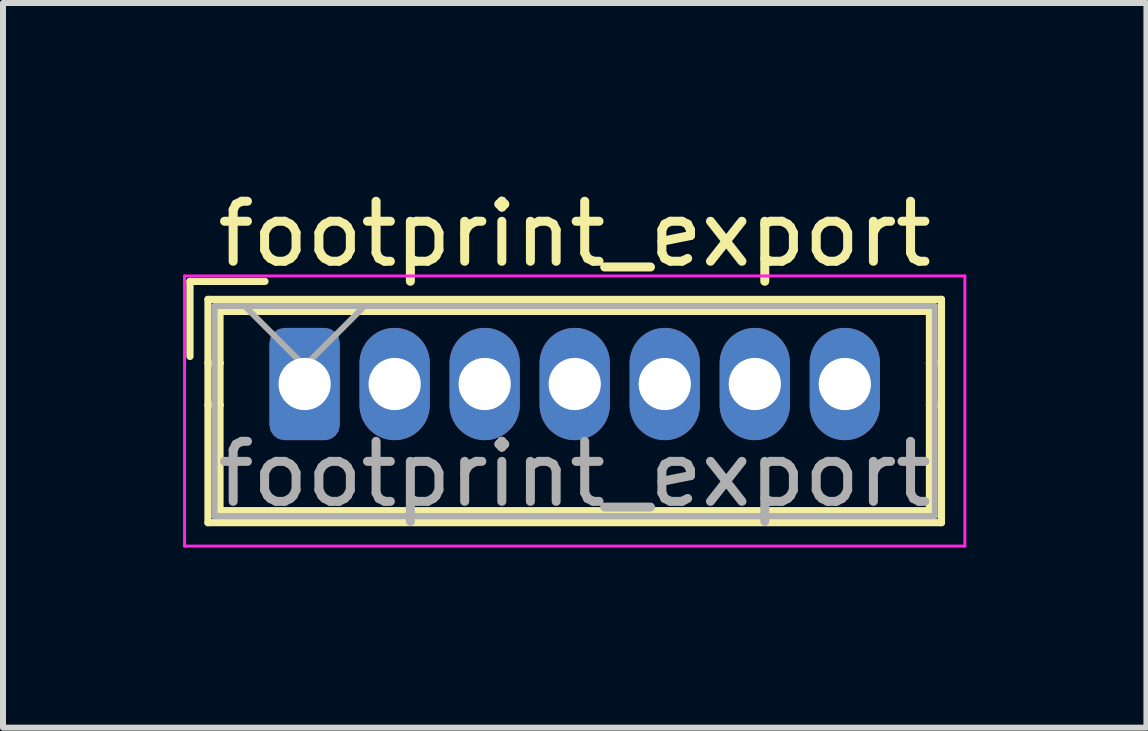
<source format=kicad_pcb>
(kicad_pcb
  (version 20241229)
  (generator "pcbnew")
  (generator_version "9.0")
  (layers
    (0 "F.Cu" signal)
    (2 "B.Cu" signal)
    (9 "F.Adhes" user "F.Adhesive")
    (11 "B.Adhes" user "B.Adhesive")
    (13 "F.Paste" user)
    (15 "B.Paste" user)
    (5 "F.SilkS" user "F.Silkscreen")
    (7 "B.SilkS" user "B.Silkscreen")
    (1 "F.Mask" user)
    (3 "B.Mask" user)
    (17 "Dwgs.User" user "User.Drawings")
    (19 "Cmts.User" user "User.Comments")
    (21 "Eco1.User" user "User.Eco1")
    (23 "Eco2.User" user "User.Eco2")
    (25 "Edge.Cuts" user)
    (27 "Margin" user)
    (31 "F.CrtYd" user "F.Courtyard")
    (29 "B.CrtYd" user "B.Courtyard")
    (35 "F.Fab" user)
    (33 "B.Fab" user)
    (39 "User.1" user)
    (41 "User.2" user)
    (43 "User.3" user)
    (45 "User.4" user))
  (footprint "footprint_export"
    (layer "F.Cu")
    (at 2.025 3.348)
    (property "Reference" "footprint_export" (at 4.5 -2.5 0) (layer "F.SilkS") (effects (font (size 1 1) (thickness 0.15))))
    (attr through_hole)
    (fp_line (start -1.91 -1.71) (end -1.91 -0.46) (stroke (width 0.12) (type solid)) (layer "F.SilkS"))
    (fp_line (start -1.61 -1.41) (end -1.61 2.31) (stroke (width 0.12) (type solid)) (layer "F.SilkS"))
    (fp_line (start -1.61 -0.35) (end -1.41 -0.35) (stroke (width 0.12) (type solid)) (layer "F.SilkS"))
    (fp_line (start -1.61 2.31) (end 10.61 2.31) (stroke (width 0.12) (type solid)) (layer "F.SilkS"))
    (fp_line (start -1.41 -1.21) (end 10.41 -1.21) (stroke (width 0.12) (type solid)) (layer "F.SilkS"))
    (fp_line (start -1.41 -0.35) (end -1.41 -1.21) (stroke (width 0.12) (type solid)) (layer "F.SilkS"))
    (fp_line (start -1.41 -0.35) (end -1.41 0.35) (stroke (width 0.12) (type solid)) (layer "F.SilkS"))
    (fp_line (start -1.41 0.35) (end -1.61 0.35) (stroke (width 0.12) (type solid)) (layer "F.SilkS"))
    (fp_line (start -1.41 0.35) (end -1.41 2.11) (stroke (width 0.12) (type solid)) (layer "F.SilkS"))
    (fp_line (start -1.41 2.11) (end 10.41 2.11) (stroke (width 0.12) (type solid)) (layer "F.SilkS"))
    (fp_line (start -0.66 -1.71) (end -1.91 -1.71) (stroke (width 0.12) (type solid)) (layer "F.SilkS"))
    (fp_line (start 10.41 -1.21) (end 10.41 -0.35) (stroke (width 0.12) (type solid)) (layer "F.SilkS"))
    (fp_line (start 10.41 -0.35) (end 10.41 0.35) (stroke (width 0.12) (type solid)) (layer "F.SilkS"))
    (fp_line (start 10.41 -0.35) (end 10.61 -0.35) (stroke (width 0.12) (type solid)) (layer "F.SilkS"))
    (fp_line (start 10.41 0.35) (end 10.61 0.35) (stroke (width 0.12) (type solid)) (layer "F.SilkS"))
    (fp_line (start 10.41 2.11) (end 10.41 0.35) (stroke (width 0.12) (type solid)) (layer "F.SilkS"))
    (fp_line (start 10.61 -1.41) (end -1.61 -1.41) (stroke (width 0.12) (type solid)) (layer "F.SilkS"))
    (fp_line (start 10.61 2.31) (end 10.61 -1.41) (stroke (width 0.12) (type solid)) (layer "F.SilkS"))
    (fp_line (start -2 -1.8) (end -2 2.7) (stroke (width 0.05) (type solid)) (layer "F.CrtYd"))
    (fp_line (start -2 2.7) (end 11 2.7) (stroke (width 0.05) (type solid)) (layer "F.CrtYd"))
    (fp_line (start 11 -1.8) (end -2 -1.8) (stroke (width 0.05) (type solid)) (layer "F.CrtYd"))
    (fp_line (start 11 2.7) (end 11 -1.8) (stroke (width 0.05) (type solid)) (layer "F.CrtYd"))
    (fp_line (start -1.5 -1.3) (end -1.5 2.2) (stroke (width 0.1) (type solid)) (layer "F.Fab"))
    (fp_line (start -1.5 2.2) (end 10.5 2.2) (stroke (width 0.1) (type solid)) (layer "F.Fab"))
    (fp_line (start -1 -1.3) (end 0 -0.3) (stroke (width 0.1) (type solid)) (layer "F.Fab"))
    (fp_line (start 0 -0.3) (end 1 -1.3) (stroke (width 0.1) (type solid)) (layer "F.Fab"))
    (fp_line (start 10.5 -1.3) (end -1.5 -1.3) (stroke (width 0.1) (type solid)) (layer "F.Fab"))
    (fp_line (start 10.5 2.2) (end 10.5 -1.3) (stroke (width 0.1) (type solid)) (layer "F.Fab"))
    (fp_text user "${REFERENCE}" (at 4.5 1.5 0) (layer "F.Fab") (effects (font (size 1 1) (thickness 0.15))))
    (pad "1" thru_hole roundrect (at 0 0) (size 1.17 1.87) (drill 0.87) (layers "*.Cu" "*.Mask") (roundrect_rratio 0.214))
    (pad "2" thru_hole oval (at 1.5 0) (size 1.17 1.87) (drill 0.87) (layers "*.Cu" "*.Mask"))
    (pad "3" thru_hole oval (at 3 0) (size 1.17 1.87) (drill 0.87) (layers "*.Cu" "*.Mask"))
    (pad "4" thru_hole oval (at 4.5 0) (size 1.17 1.87) (drill 0.87) (layers "*.Cu" "*.Mask"))
    (pad "5" thru_hole oval (at 6 0) (size 1.17 1.87) (drill 0.87) (layers "*.Cu" "*.Mask"))
    (pad "6" thru_hole oval (at 7.5 0) (size 1.17 1.87) (drill 0.87) (layers "*.Cu" "*.Mask"))
    (pad "7" thru_hole oval (at 9 0) (size 1.17 1.87) (drill 0.87) (layers "*.Cu" "*.Mask")))
  (gr_rect
    (start -3 -3)
    (end 16.05 9.073)
    (stroke (width 0.1) (type default))
    (fill no)
    (layer "Edge.Cuts")))
</source>
